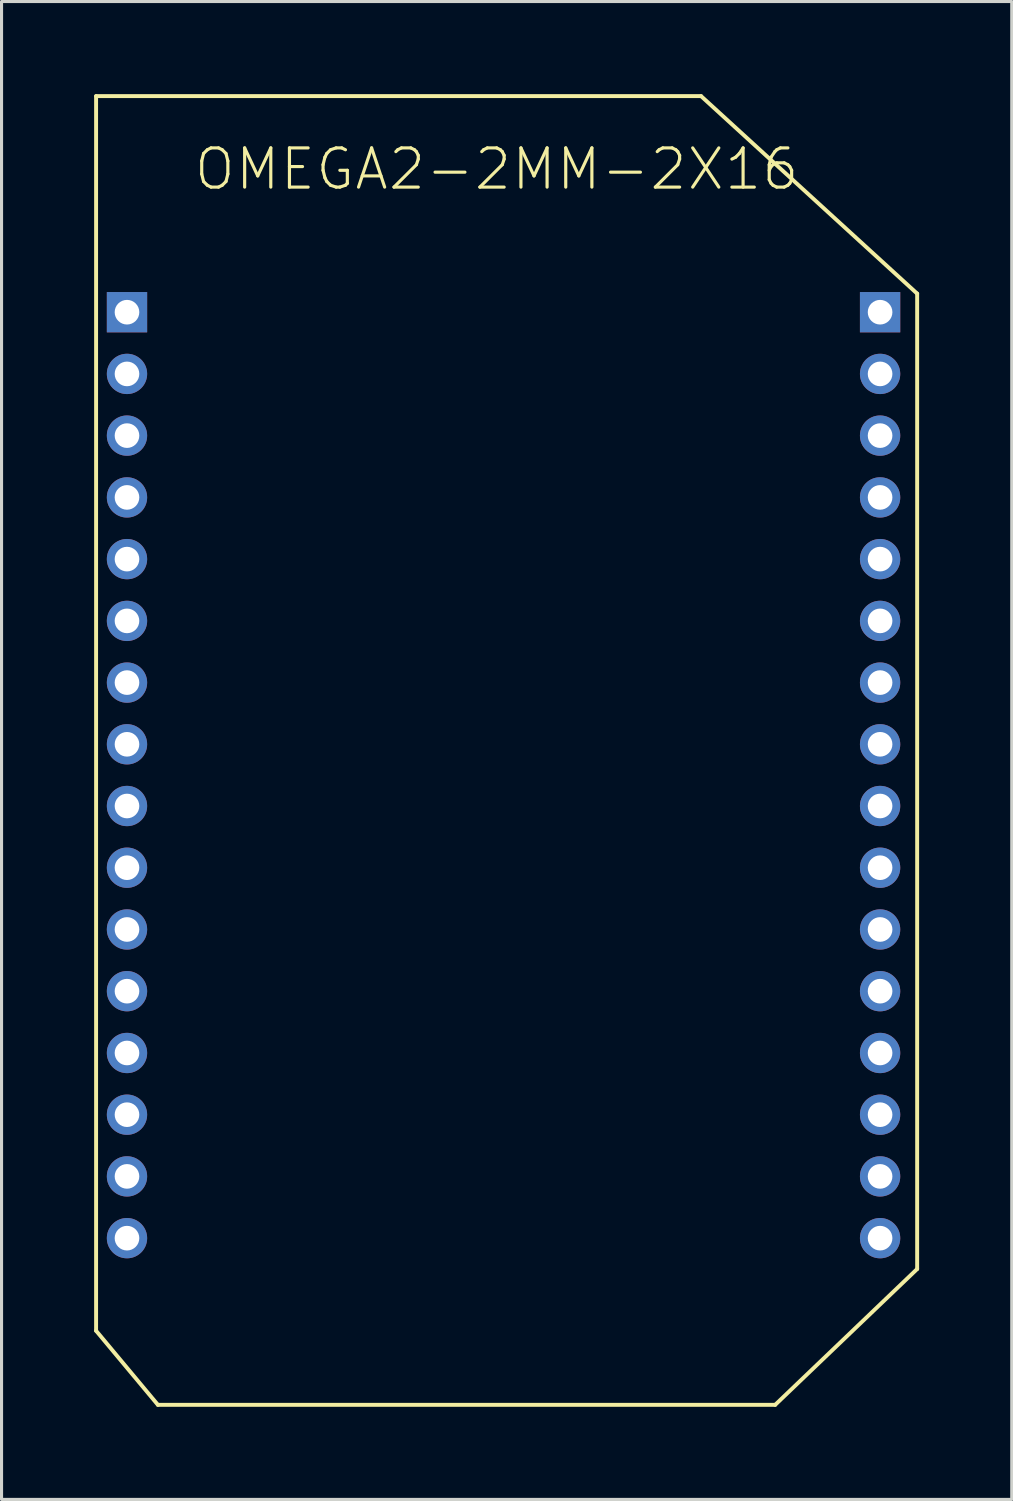
<source format=kicad_pcb>
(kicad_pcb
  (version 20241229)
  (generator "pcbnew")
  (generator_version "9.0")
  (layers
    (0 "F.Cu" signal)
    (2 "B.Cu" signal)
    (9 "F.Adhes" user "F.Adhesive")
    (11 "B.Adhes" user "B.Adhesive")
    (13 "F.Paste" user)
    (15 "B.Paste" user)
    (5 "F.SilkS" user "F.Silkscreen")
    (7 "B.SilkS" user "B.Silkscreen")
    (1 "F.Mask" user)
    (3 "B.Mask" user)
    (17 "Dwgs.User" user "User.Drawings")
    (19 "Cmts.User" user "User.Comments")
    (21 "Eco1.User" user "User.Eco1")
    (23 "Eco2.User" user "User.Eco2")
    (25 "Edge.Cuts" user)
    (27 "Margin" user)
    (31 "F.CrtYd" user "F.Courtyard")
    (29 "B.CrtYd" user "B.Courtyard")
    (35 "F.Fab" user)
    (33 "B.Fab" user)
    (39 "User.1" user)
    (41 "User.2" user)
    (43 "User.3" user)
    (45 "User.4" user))
  (footprint "OMEGA2-2MM-2X16"
    (layer "F.Cu")
    (at 13.063 21.062)
    (property "Reference" "OMEGA2-2MM-2X16" (at -0.023 -18.633 0) (layer "F.SilkS") (effects (font (size 1.27 1.27) (thickness 0.102))))
    (attr exclude_from_pos_files exclude_from_bom)
    (fp_line (start -13 -20.998) (end 6.599 -20.998) (stroke (width 0.127) (type solid)) (layer "F.SilkS"))
    (fp_line (start -13 18.999) (end -13 -20.998) (stroke (width 0.127) (type solid)) (layer "F.SilkS"))
    (fp_line (start -10.998 21.399) (end -13 18.999) (stroke (width 0.127) (type solid)) (layer "F.SilkS"))
    (fp_line (start 6.599 -20.998) (end 13.599 -14.6) (stroke (width 0.127) (type solid)) (layer "F.SilkS"))
    (fp_line (start 8.999 21.399) (end -10.998 21.399) (stroke (width 0.127) (type solid)) (layer "F.SilkS"))
    (fp_line (start 13.599 -14.6) (end 13.599 16.998) (stroke (width 0.127) (type solid)) (layer "F.SilkS"))
    (fp_line (start 13.599 16.998) (end 8.999 21.399) (stroke (width 0.127) (type solid)) (layer "F.SilkS"))
    (pad "1" thru_hole rect (at -11.999 -13.998) (size 1.306 1.306) (drill 0.798) (layers "*.Cu" "*.Paste" "*.Mask"))
    (pad "2" thru_hole circle (at -11.999 -11.999) (size 1.306 1.306) (drill 0.798) (layers "*.Cu" "*.Paste" "*.Mask"))
    (pad "3" thru_hole circle (at -11.999 -10) (size 1.306 1.306) (drill 0.798) (layers "*.Cu" "*.Paste" "*.Mask"))
    (pad "4" thru_hole circle (at -11.999 -7.998) (size 1.306 1.306) (drill 0.798) (layers "*.Cu" "*.Paste" "*.Mask"))
    (pad "5" thru_hole circle (at -11.999 -5.999) (size 1.306 1.306) (drill 0.798) (layers "*.Cu" "*.Paste" "*.Mask"))
    (pad "6" thru_hole circle (at -11.999 -3.998) (size 1.306 1.306) (drill 0.798) (layers "*.Cu" "*.Paste" "*.Mask"))
    (pad "7" thru_hole circle (at -11.999 -1.999) (size 1.306 1.306) (drill 0.798) (layers "*.Cu" "*.Paste" "*.Mask"))
    (pad "8" thru_hole circle (at -11.999 0) (size 1.306 1.306) (drill 0.798) (layers "*.Cu" "*.Paste" "*.Mask"))
    (pad "9" thru_hole circle (at -11.999 1.999) (size 1.306 1.306) (drill 0.798) (layers "*.Cu" "*.Paste" "*.Mask"))
    (pad "10" thru_hole circle (at -11.999 3.998) (size 1.306 1.306) (drill 0.798) (layers "*.Cu" "*.Paste" "*.Mask"))
    (pad "11" thru_hole circle (at -11.999 5.999) (size 1.306 1.306) (drill 0.798) (layers "*.Cu" "*.Paste" "*.Mask"))
    (pad "12" thru_hole circle (at -11.999 7.998) (size 1.306 1.306) (drill 0.798) (layers "*.Cu" "*.Paste" "*.Mask"))
    (pad "13" thru_hole circle (at -11.999 10) (size 1.306 1.306) (drill 0.798) (layers "*.Cu" "*.Paste" "*.Mask"))
    (pad "14" thru_hole circle (at -11.999 11.999) (size 1.306 1.306) (drill 0.798) (layers "*.Cu" "*.Paste" "*.Mask"))
    (pad "15" thru_hole circle (at -11.999 13.998) (size 1.306 1.306) (drill 0.798) (layers "*.Cu" "*.Paste" "*.Mask"))
    (pad "16" thru_hole circle (at -11.999 15.999) (size 1.306 1.306) (drill 0.798) (layers "*.Cu" "*.Paste" "*.Mask"))
    (pad "17" thru_hole circle (at 12.398 15.999) (size 1.306 1.306) (drill 0.798) (layers "*.Cu" "*.Paste" "*.Mask"))
    (pad "18" thru_hole circle (at 12.398 13.998) (size 1.306 1.306) (drill 0.798) (layers "*.Cu" "*.Paste" "*.Mask"))
    (pad "19" thru_hole circle (at 12.398 11.999) (size 1.306 1.306) (drill 0.798) (layers "*.Cu" "*.Paste" "*.Mask"))
    (pad "20" thru_hole circle (at 12.398 10) (size 1.306 1.306) (drill 0.798) (layers "*.Cu" "*.Paste" "*.Mask"))
    (pad "21" thru_hole circle (at 12.398 7.998) (size 1.306 1.306) (drill 0.798) (layers "*.Cu" "*.Paste" "*.Mask"))
    (pad "22" thru_hole circle (at 12.398 5.999) (size 1.306 1.306) (drill 0.798) (layers "*.Cu" "*.Paste" "*.Mask"))
    (pad "23" thru_hole circle (at 12.398 3.998) (size 1.306 1.306) (drill 0.798) (layers "*.Cu" "*.Paste" "*.Mask"))
    (pad "24" thru_hole circle (at 12.398 1.999) (size 1.306 1.306) (drill 0.798) (layers "*.Cu" "*.Paste" "*.Mask"))
    (pad "25" thru_hole circle (at 12.398 0) (size 1.306 1.306) (drill 0.798) (layers "*.Cu" "*.Paste" "*.Mask"))
    (pad "26" thru_hole circle (at 12.398 -1.999) (size 1.306 1.306) (drill 0.798) (layers "*.Cu" "*.Paste" "*.Mask"))
    (pad "27" thru_hole circle (at 12.398 -3.998) (size 1.306 1.306) (drill 0.798) (layers "*.Cu" "*.Paste" "*.Mask"))
    (pad "28" thru_hole circle (at 12.398 -5.999) (size 1.306 1.306) (drill 0.798) (layers "*.Cu" "*.Paste" "*.Mask"))
    (pad "29" thru_hole circle (at 12.398 -7.998) (size 1.306 1.306) (drill 0.798) (layers "*.Cu" "*.Paste" "*.Mask"))
    (pad "30" thru_hole circle (at 12.398 -10) (size 1.306 1.306) (drill 0.798) (layers "*.Cu" "*.Paste" "*.Mask"))
    (pad "31" thru_hole circle (at 12.398 -11.999) (size 1.306 1.306) (drill 0.798) (layers "*.Cu" "*.Paste" "*.Mask"))
    (pad "32" thru_hole rect (at 12.398 -13.998) (size 1.306 1.306) (drill 0.798) (layers "*.Cu" "*.Paste" "*.Mask")))
  (gr_rect
    (start -3 -3)
    (end 29.726 45.525)
    (stroke (width 0.1) (type default))
    (fill no)
    (layer "Edge.Cuts")))
</source>
